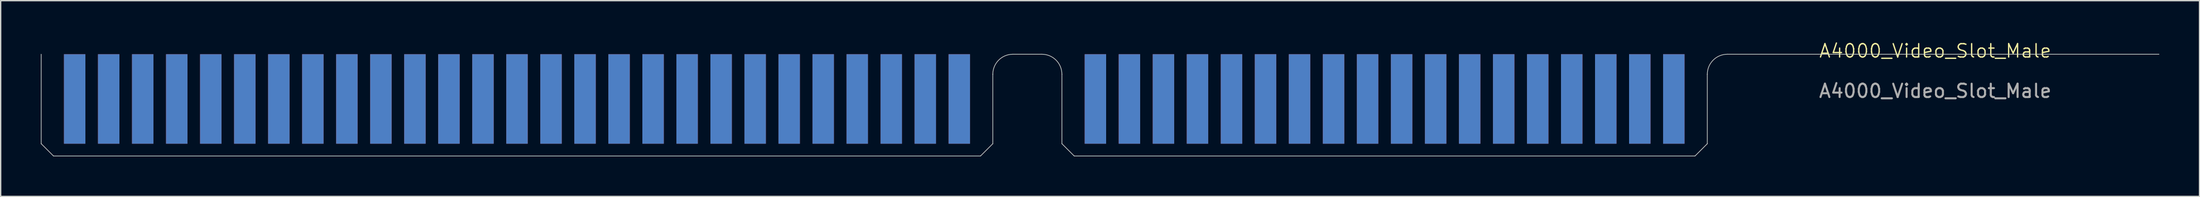
<source format=kicad_pcb>
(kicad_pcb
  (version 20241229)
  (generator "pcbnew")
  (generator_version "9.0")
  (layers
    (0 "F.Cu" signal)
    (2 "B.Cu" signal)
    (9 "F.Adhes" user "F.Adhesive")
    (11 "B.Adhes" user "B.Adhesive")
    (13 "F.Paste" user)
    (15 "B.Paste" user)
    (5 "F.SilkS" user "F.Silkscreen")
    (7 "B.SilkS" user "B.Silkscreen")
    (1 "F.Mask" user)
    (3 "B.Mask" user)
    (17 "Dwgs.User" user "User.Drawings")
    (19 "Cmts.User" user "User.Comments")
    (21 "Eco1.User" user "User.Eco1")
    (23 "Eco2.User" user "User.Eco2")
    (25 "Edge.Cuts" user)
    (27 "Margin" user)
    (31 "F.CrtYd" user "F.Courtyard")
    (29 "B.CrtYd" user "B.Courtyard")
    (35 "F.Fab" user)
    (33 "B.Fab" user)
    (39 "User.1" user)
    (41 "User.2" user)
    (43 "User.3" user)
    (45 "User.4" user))
  (footprint "A4000_Video_Slot_Male"
    (layer "F.Cu")
    (at 141.425 1.26)
    (property "Reference" "A4000_Video_Slot_Male" (at 0 -0.5 0) (unlocked yes) (layer "F.SilkS") (effects (font (size 1 1) (thickness 0.1))))
    (attr smd)
    (fp_line (start -141.4 6.45) (end -141.4 -0.25) (stroke (width 0.05) (type default)) (layer "Edge.Cuts"))
    (fp_line (start -140.481 7.37) (end -141.399 6.45) (stroke (width 0.05) (type default)) (layer "Edge.Cuts"))
    (fp_line (start -71.279 7.37) (end -140.481 7.37) (stroke (width 0.05) (type default)) (layer "Edge.Cuts"))
    (fp_line (start -71.279 7.37) (end -70.361 6.45) (stroke (width 0.05) (type default)) (layer "Edge.Cuts"))
    (fp_line (start -70.36 1.251) (end -70.36 6.45) (stroke (width 0.05) (type default)) (layer "Edge.Cuts"))
    (fp_line (start -66.701 -0.249) (end -68.859 -0.249) (stroke (width 0.05) (type default)) (layer "Edge.Cuts"))
    (fp_line (start -65.2 6.45) (end -65.2 1.251) (stroke (width 0.05) (type default)) (layer "Edge.Cuts"))
    (fp_line (start -64.281 7.37) (end -65.2 6.45) (stroke (width 0.05) (type default)) (layer "Edge.Cuts"))
    (fp_line (start -17.939 7.37) (end -64.281 7.37) (stroke (width 0.05) (type default)) (layer "Edge.Cuts"))
    (fp_line (start -17.939 7.37) (end -17.02 6.45) (stroke (width 0.05) (type default)) (layer "Edge.Cuts"))
    (fp_line (start -17.02 1.251) (end -17.02 6.45) (stroke (width 0.05) (type default)) (layer "Edge.Cuts"))
    (fp_line (start 16.7 -0.25) (end -15.519 -0.25) (stroke (width 0.05) (type default)) (layer "Edge.Cuts"))
    (fp_arc (start -70.35934 1.25066) (mid -69.92 0.19) (end -68.85934 -0.24934) (stroke (width 0.05) (type default)) (layer "Edge.Cuts"))
    (fp_arc (start -66.70066 -0.24934) (mid -65.64 0.19) (end -65.20066 1.25066) (stroke (width 0.05) (type default)) (layer "Edge.Cuts"))
    (fp_arc (start -17.01934 1.25066) (mid -16.58 0.19) (end -15.51934 -0.24934) (stroke (width 0.05) (type default)) (layer "Edge.Cuts"))
    (fp_text user "${REFERENCE}" (at 0 2.5 0) (unlocked yes) (layer "F.Fab") (effects (font (size 1 1) (thickness 0.15))))
    (pad "F1" connect rect (at -72.86 3.1) (size 1.6 6.7) (layers "B.Cu" "B.Mask"))
    (pad "F2" connect rect (at -72.86 3.1) (size 1.6 6.7) (layers "F.Cu" "F.Mask"))
    (pad "F3" connect rect (at -75.4 3.1) (size 1.6 6.7) (layers "B.Cu" "B.Mask"))
    (pad "F4" connect rect (at -75.4 3.1) (size 1.6 6.7) (layers "F.Cu" "F.Mask"))
    (pad "F5" connect rect (at -77.94 3.1) (size 1.6 6.7) (layers "B.Cu" "B.Mask"))
    (pad "F6" connect rect (at -77.94 3.1) (size 1.6 6.7) (layers "F.Cu" "F.Mask"))
    (pad "F7" connect rect (at -80.48 3.1) (size 1.6 6.7) (layers "B.Cu" "B.Mask"))
    (pad "F8" connect rect (at -80.48 3.1) (size 1.6 6.7) (layers "F.Cu" "F.Mask"))
    (pad "F9" connect rect (at -83.02 3.1) (size 1.6 6.7) (layers "B.Cu" "B.Mask"))
    (pad "F10" connect rect (at -83.02 3.1) (size 1.6 6.7) (layers "F.Cu" "F.Mask"))
    (pad "F11" connect rect (at -85.56 3.1) (size 1.6 6.7) (layers "B.Cu" "B.Mask"))
    (pad "F12" connect rect (at -85.56 3.1) (size 1.6 6.7) (layers "F.Cu" "F.Mask"))
    (pad "F13" connect rect (at -88.1 3.1) (size 1.6 6.7) (layers "B.Cu" "B.Mask"))
    (pad "F14" connect rect (at -88.1 3.1) (size 1.6 6.7) (layers "F.Cu" "F.Mask"))
    (pad "F15" connect rect (at -90.64 3.1) (size 1.6 6.7) (layers "B.Cu" "B.Mask"))
    (pad "F16" connect rect (at -90.64 3.1) (size 1.6 6.7) (layers "F.Cu" "F.Mask"))
    (pad "F17" connect rect (at -93.18 3.1) (size 1.6 6.7) (layers "B.Cu" "B.Mask"))
    (pad "F18" connect rect (at -93.18 3.1) (size 1.6 6.7) (layers "F.Cu" "F.Mask"))
    (pad "F19" connect rect (at -95.72 3.1) (size 1.6 6.7) (layers "B.Cu" "B.Mask"))
    (pad "F20" connect rect (at -95.72 3.1) (size 1.6 6.7) (layers "F.Cu" "F.Mask"))
    (pad "F21" connect rect (at -98.26 3.1) (size 1.6 6.7) (layers "B.Cu" "B.Mask"))
    (pad "F22" connect rect (at -98.26 3.1) (size 1.6 6.7) (layers "F.Cu" "F.Mask"))
    (pad "F23" connect rect (at -100.8 3.1) (size 1.6 6.7) (layers "B.Cu" "B.Mask"))
    (pad "F24" connect rect (at -100.8 3.1) (size 1.6 6.7) (layers "F.Cu" "F.Mask"))
    (pad "F25" connect rect (at -103.34 3.1) (size 1.6 6.7) (layers "B.Cu" "B.Mask"))
    (pad "F26" connect rect (at -103.34 3.1) (size 1.6 6.7) (layers "F.Cu" "F.Mask"))
    (pad "F27" connect rect (at -105.88 3.1) (size 1.6 6.7) (layers "B.Cu" "B.Mask"))
    (pad "F28" connect rect (at -105.88 3.1) (size 1.6 6.7) (layers "F.Cu" "F.Mask"))
    (pad "F29" connect rect (at -108.42 3.1) (size 1.6 6.7) (layers "B.Cu" "B.Mask"))
    (pad "F30" connect rect (at -108.42 3.1) (size 1.6 6.7) (layers "F.Cu" "F.Mask"))
    (pad "F31" connect rect (at -110.96 3.1) (size 1.6 6.7) (layers "B.Cu" "B.Mask"))
    (pad "F32" connect rect (at -110.96 3.1) (size 1.6 6.7) (layers "F.Cu" "F.Mask"))
    (pad "F33" connect rect (at -113.5 3.1) (size 1.6 6.7) (layers "B.Cu" "B.Mask"))
    (pad "F34" connect rect (at -113.5 3.1) (size 1.6 6.7) (layers "F.Cu" "F.Mask"))
    (pad "F35" connect rect (at -116.04 3.1) (size 1.6 6.7) (layers "B.Cu" "B.Mask"))
    (pad "F36" connect rect (at -116.04 3.1) (size 1.6 6.7) (layers "F.Cu" "F.Mask"))
    (pad "F37" connect rect (at -118.58 3.1) (size 1.6 6.7) (layers "B.Cu" "B.Mask"))
    (pad "F38" connect rect (at -118.58 3.1) (size 1.6 6.7) (layers "F.Cu" "F.Mask"))
    (pad "F39" connect rect (at -121.12 3.1) (size 1.6 6.7) (layers "B.Cu" "B.Mask"))
    (pad "F40" connect rect (at -121.12 3.1) (size 1.6 6.7) (layers "F.Cu" "F.Mask"))
    (pad "F41" connect rect (at -123.66 3.1) (size 1.6 6.7) (layers "B.Cu" "B.Mask"))
    (pad "F42" connect rect (at -123.66 3.1) (size 1.6 6.7) (layers "F.Cu" "F.Mask"))
    (pad "F43" connect rect (at -126.2 3.1) (size 1.6 6.7) (layers "B.Cu" "B.Mask"))
    (pad "F44" connect rect (at -126.2 3.1) (size 1.6 6.7) (layers "F.Cu" "F.Mask"))
    (pad "F45" connect rect (at -128.74 3.1) (size 1.6 6.7) (layers "B.Cu" "B.Mask"))
    (pad "F46" connect rect (at -128.74 3.1) (size 1.6 6.7) (layers "F.Cu" "F.Mask"))
    (pad "F47" connect rect (at -131.28 3.1) (size 1.6 6.7) (layers "B.Cu" "B.Mask"))
    (pad "F48" connect rect (at -131.28 3.1) (size 1.6 6.7) (layers "F.Cu" "F.Mask"))
    (pad "F49" connect rect (at -133.82 3.1) (size 1.6 6.7) (layers "B.Cu" "B.Mask"))
    (pad "F50" connect rect (at -133.82 3.1) (size 1.6 6.7) (layers "F.Cu" "F.Mask"))
    (pad "F51" connect rect (at -136.36 3.1) (size 1.6 6.7) (layers "B.Cu" "B.Mask"))
    (pad "F52" connect rect (at -136.36 3.1) (size 1.6 6.7) (layers "F.Cu" "F.Mask"))
    (pad "F53" connect rect (at -138.9 3.1) (size 1.6 6.7) (layers "B.Cu" "B.Mask"))
    (pad "F54" connect rect (at -138.9 3.1) (size 1.6 6.7) (layers "F.Cu" "F.Mask"))
    (pad "R1" connect rect (at -19.52 3.1) (size 1.6 6.7) (layers "B.Cu" "B.Mask"))
    (pad "R2" connect rect (at -19.52 3.1) (size 1.6 6.7) (layers "F.Cu" "F.Mask"))
    (pad "R3" connect rect (at -22.06 3.1) (size 1.6 6.7) (layers "B.Cu" "B.Mask"))
    (pad "R4" connect rect (at -22.06 3.1) (size 1.6 6.7) (layers "F.Cu" "F.Mask"))
    (pad "R5" connect rect (at -24.6 3.1) (size 1.6 6.7) (layers "B.Cu" "B.Mask"))
    (pad "R6" connect rect (at -24.6 3.1) (size 1.6 6.7) (layers "F.Cu" "F.Mask"))
    (pad "R7" connect rect (at -27.14 3.1) (size 1.6 6.7) (layers "B.Cu" "B.Mask"))
    (pad "R8" connect rect (at -27.14 3.1) (size 1.6 6.7) (layers "F.Cu" "F.Mask"))
    (pad "R9" connect rect (at -29.68 3.1) (size 1.6 6.7) (layers "B.Cu" "B.Mask"))
    (pad "R10" connect rect (at -29.68 3.1) (size 1.6 6.7) (layers "F.Cu" "F.Mask"))
    (pad "R11" connect rect (at -32.22 3.1) (size 1.6 6.7) (layers "B.Cu" "B.Mask"))
    (pad "R12" connect rect (at -32.22 3.1) (size 1.6 6.7) (layers "F.Cu" "F.Mask"))
    (pad "R13" connect rect (at -34.76 3.1) (size 1.6 6.7) (layers "B.Cu" "B.Mask"))
    (pad "R14" connect rect (at -34.76 3.1) (size 1.6 6.7) (layers "F.Cu" "F.Mask"))
    (pad "R15" connect rect (at -37.3 3.1) (size 1.6 6.7) (layers "B.Cu" "B.Mask"))
    (pad "R16" connect rect (at -37.3 3.1) (size 1.6 6.7) (layers "F.Cu" "F.Mask"))
    (pad "R17" connect rect (at -39.84 3.1) (size 1.6 6.7) (layers "B.Cu" "B.Mask"))
    (pad "R18" connect rect (at -39.84 3.1) (size 1.6 6.7) (layers "F.Cu" "F.Mask"))
    (pad "R19" connect rect (at -42.38 3.1) (size 1.6 6.7) (layers "B.Cu" "B.Mask"))
    (pad "R20" connect rect (at -42.38 3.1) (size 1.6 6.7) (layers "F.Cu" "F.Mask"))
    (pad "R21" connect rect (at -44.92 3.1) (size 1.6 6.7) (layers "B.Cu" "B.Mask"))
    (pad "R22" connect rect (at -44.92 3.1) (size 1.6 6.7) (layers "F.Cu" "F.Mask"))
    (pad "R23" connect rect (at -47.46 3.1) (size 1.6 6.7) (layers "B.Cu" "B.Mask"))
    (pad "R24" connect rect (at -47.46 3.1) (size 1.6 6.7) (layers "F.Cu" "F.Mask"))
    (pad "R25" connect rect (at -50 3.1) (size 1.6 6.7) (layers "B.Cu" "B.Mask"))
    (pad "R26" connect rect (at -50 3.1) (size 1.6 6.7) (layers "F.Cu" "F.Mask"))
    (pad "R27" connect rect (at -52.54 3.1) (size 1.6 6.7) (layers "B.Cu" "B.Mask"))
    (pad "R28" connect rect (at -52.54 3.1) (size 1.6 6.7) (layers "F.Cu" "F.Mask"))
    (pad "R29" connect rect (at -55.08 3.1) (size 1.6 6.7) (layers "B.Cu" "B.Mask"))
    (pad "R30" connect rect (at -55.08 3.1) (size 1.6 6.7) (layers "F.Cu" "F.Mask"))
    (pad "R31" connect rect (at -57.62 3.1) (size 1.6 6.7) (layers "B.Cu" "B.Mask"))
    (pad "R32" connect rect (at -57.62 3.1) (size 1.6 6.7) (layers "F.Cu" "F.Mask"))
    (pad "R33" connect rect (at -60.16 3.1) (size 1.6 6.7) (layers "B.Cu" "B.Mask"))
    (pad "R34" connect rect (at -60.16 3.1) (size 1.6 6.7) (layers "F.Cu" "F.Mask"))
    (pad "R35" connect rect (at -62.7 3.1) (size 1.6 6.7) (layers "B.Cu" "B.Mask"))
    (pad "R36" connect rect (at -62.7 3.1) (size 1.6 6.7) (layers "F.Cu" "F.Mask")))
  (gr_rect
    (start -3 -3)
    (end 161.15 11.655)
    (stroke (width 0.1) (type default))
    (fill no)
    (layer "Edge.Cuts")))
</source>
